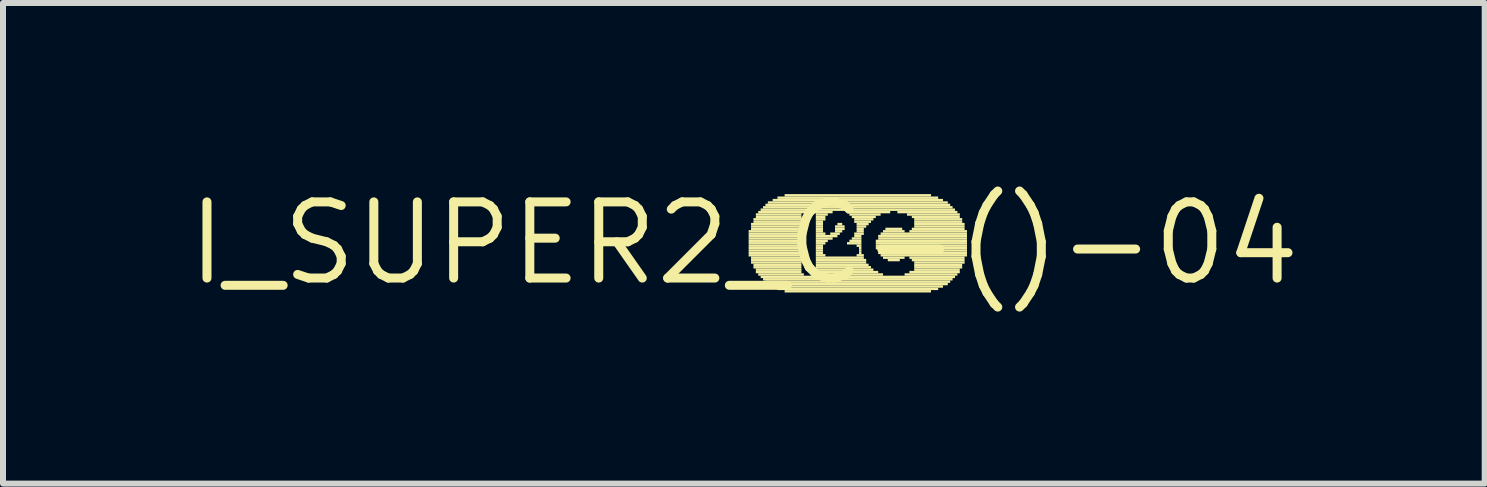
<source format=kicad_pcb>
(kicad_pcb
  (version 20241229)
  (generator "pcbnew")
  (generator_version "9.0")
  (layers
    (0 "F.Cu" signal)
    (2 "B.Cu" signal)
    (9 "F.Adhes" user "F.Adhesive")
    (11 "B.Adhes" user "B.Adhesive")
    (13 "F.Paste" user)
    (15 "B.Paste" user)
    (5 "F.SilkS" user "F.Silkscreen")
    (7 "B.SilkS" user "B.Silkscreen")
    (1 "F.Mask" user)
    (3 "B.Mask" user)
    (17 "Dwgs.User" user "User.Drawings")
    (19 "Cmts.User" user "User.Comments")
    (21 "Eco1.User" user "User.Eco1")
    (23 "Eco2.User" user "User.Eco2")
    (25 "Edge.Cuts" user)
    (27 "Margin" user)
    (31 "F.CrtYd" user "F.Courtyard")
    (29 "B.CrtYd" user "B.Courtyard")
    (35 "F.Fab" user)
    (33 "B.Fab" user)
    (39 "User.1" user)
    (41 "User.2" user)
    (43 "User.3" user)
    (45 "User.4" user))
  (footprint "I_SUPER2_C-()-04"
    (layer "F.Cu")
    (at 9.351 1.006)
    (property "Reference" "I_SUPER2_C-()-04" (at 0 0 0) (layer "F.SilkS") (effects (font (size 1.27 1.27) (thickness 0.15))))
    (fp_poly (pts (xy 0.08 -0.18) (xy 0.96 -0.18) (xy 0.96 -0.22) (xy 0.08 -0.22)) (stroke (width 0) (type default)) (fill yes) (layer "F.SilkS"))
    (fp_poly (pts (xy 0.08 -0.14) (xy 0.96 -0.14) (xy 0.96 -0.18) (xy 0.08 -0.18)) (stroke (width 0) (type default)) (fill yes) (layer "F.SilkS"))
    (fp_poly (pts (xy 0.08 -0.1) (xy 0.96 -0.1) (xy 0.96 -0.14) (xy 0.08 -0.14)) (stroke (width 0) (type default)) (fill yes) (layer "F.SilkS"))
    (fp_poly (pts (xy 0.08 -0.06) (xy 0.96 -0.06) (xy 0.96 -0.1) (xy 0.08 -0.1)) (stroke (width 0) (type default)) (fill yes) (layer "F.SilkS"))
    (fp_poly (pts (xy 0.08 -0.02) (xy 0.96 -0.02) (xy 0.96 -0.06) (xy 0.08 -0.06)) (stroke (width 0) (type default)) (fill yes) (layer "F.SilkS"))
    (fp_poly (pts (xy 0.08 0.02) (xy 0.96 0.02) (xy 0.96 -0.02) (xy 0.08 -0.02)) (stroke (width 0) (type default)) (fill yes) (layer "F.SilkS"))
    (fp_poly (pts (xy 0.08 0.06) (xy 0.96 0.06) (xy 0.96 0.02) (xy 0.08 0.02)) (stroke (width 0) (type default)) (fill yes) (layer "F.SilkS"))
    (fp_poly (pts (xy 0.08 0.1) (xy 0.96 0.1) (xy 0.96 0.06) (xy 0.08 0.06)) (stroke (width 0) (type default)) (fill yes) (layer "F.SilkS"))
    (fp_poly (pts (xy 0.08 0.14) (xy 0.96 0.14) (xy 0.96 0.1) (xy 0.08 0.1)) (stroke (width 0) (type default)) (fill yes) (layer "F.SilkS"))
    (fp_poly (pts (xy 0.08 0.18) (xy 0.96 0.18) (xy 0.96 0.14) (xy 0.08 0.14)) (stroke (width 0) (type default)) (fill yes) (layer "F.SilkS"))
    (fp_poly (pts (xy 0.08 0.22) (xy 0.96 0.22) (xy 0.96 0.18) (xy 0.08 0.18)) (stroke (width 0) (type default)) (fill yes) (layer "F.SilkS"))
    (fp_poly (pts (xy 0.12 -0.3) (xy 0.96 -0.3) (xy 0.96 -0.34) (xy 0.12 -0.34)) (stroke (width 0) (type default)) (fill yes) (layer "F.SilkS"))
    (fp_poly (pts (xy 0.12 -0.26) (xy 0.96 -0.26) (xy 0.96 -0.3) (xy 0.12 -0.3)) (stroke (width 0) (type default)) (fill yes) (layer "F.SilkS"))
    (fp_poly (pts (xy 0.12 -0.22) (xy 0.96 -0.22) (xy 0.96 -0.26) (xy 0.12 -0.26)) (stroke (width 0) (type default)) (fill yes) (layer "F.SilkS"))
    (fp_poly (pts (xy 0.12 0.26) (xy 0.96 0.26) (xy 0.96 0.22) (xy 0.12 0.22)) (stroke (width 0) (type default)) (fill yes) (layer "F.SilkS"))
    (fp_poly (pts (xy 0.12 0.3) (xy 0.96 0.3) (xy 0.96 0.26) (xy 0.12 0.26)) (stroke (width 0) (type default)) (fill yes) (layer "F.SilkS"))
    (fp_poly (pts (xy 0.12 0.34) (xy 0.96 0.34) (xy 0.96 0.3) (xy 0.12 0.3)) (stroke (width 0) (type default)) (fill yes) (layer "F.SilkS"))
    (fp_poly (pts (xy 0.16 -0.38) (xy 0.96 -0.38) (xy 0.96 -0.42) (xy 0.16 -0.42)) (stroke (width 0) (type default)) (fill yes) (layer "F.SilkS"))
    (fp_poly (pts (xy 0.16 -0.34) (xy 0.96 -0.34) (xy 0.96 -0.38) (xy 0.16 -0.38)) (stroke (width 0) (type default)) (fill yes) (layer "F.SilkS"))
    (fp_poly (pts (xy 0.16 0.38) (xy 0.96 0.38) (xy 0.96 0.34) (xy 0.16 0.34)) (stroke (width 0) (type default)) (fill yes) (layer "F.SilkS"))
    (fp_poly (pts (xy 0.16 0.42) (xy 0.96 0.42) (xy 0.96 0.38) (xy 0.16 0.38)) (stroke (width 0) (type default)) (fill yes) (layer "F.SilkS"))
    (fp_poly (pts (xy 0.2 -0.46) (xy 0.96 -0.46) (xy 0.96 -0.5) (xy 0.2 -0.5)) (stroke (width 0) (type default)) (fill yes) (layer "F.SilkS"))
    (fp_poly (pts (xy 0.2 -0.42) (xy 0.96 -0.42) (xy 0.96 -0.46) (xy 0.2 -0.46)) (stroke (width 0) (type default)) (fill yes) (layer "F.SilkS"))
    (fp_poly (pts (xy 0.2 0.46) (xy 0.96 0.46) (xy 0.96 0.42) (xy 0.2 0.42)) (stroke (width 0) (type default)) (fill yes) (layer "F.SilkS"))
    (fp_poly (pts (xy 0.2 0.5) (xy 0.96 0.5) (xy 0.96 0.46) (xy 0.2 0.46)) (stroke (width 0) (type default)) (fill yes) (layer "F.SilkS"))
    (fp_poly (pts (xy 0.24 -0.5) (xy 1.48 -0.5) (xy 1.48 -0.54) (xy 0.24 -0.54)) (stroke (width 0) (type default)) (fill yes) (layer "F.SilkS"))
    (fp_poly (pts (xy 0.24 0.54) (xy 1 0.54) (xy 1 0.5) (xy 0.24 0.5)) (stroke (width 0) (type default)) (fill yes) (layer "F.SilkS"))
    (fp_poly (pts (xy 0.28 -0.54) (xy 3.52 -0.54) (xy 3.52 -0.58) (xy 0.28 -0.58)) (stroke (width 0) (type default)) (fill yes) (layer "F.SilkS"))
    (fp_poly (pts (xy 0.28 0.58) (xy 3.52 0.58) (xy 3.52 0.54) (xy 0.28 0.54)) (stroke (width 0) (type default)) (fill yes) (layer "F.SilkS"))
    (fp_poly (pts (xy 0.32 -0.58) (xy 3.48 -0.58) (xy 3.48 -0.62) (xy 0.32 -0.62)) (stroke (width 0) (type default)) (fill yes) (layer "F.SilkS"))
    (fp_poly (pts (xy 0.32 0.62) (xy 3.48 0.62) (xy 3.48 0.58) (xy 0.32 0.58)) (stroke (width 0) (type default)) (fill yes) (layer "F.SilkS"))
    (fp_poly (pts (xy 0.36 -0.62) (xy 3.44 -0.62) (xy 3.44 -0.66) (xy 0.36 -0.66)) (stroke (width 0) (type default)) (fill yes) (layer "F.SilkS"))
    (fp_poly (pts (xy 0.36 0.66) (xy 3.44 0.66) (xy 3.44 0.62) (xy 0.36 0.62)) (stroke (width 0) (type default)) (fill yes) (layer "F.SilkS"))
    (fp_poly (pts (xy 0.4 -0.66) (xy 3.4 -0.66) (xy 3.4 -0.7) (xy 0.4 -0.7)) (stroke (width 0) (type default)) (fill yes) (layer "F.SilkS"))
    (fp_poly (pts (xy 0.4 0.7) (xy 3.4 0.7) (xy 3.4 0.66) (xy 0.4 0.66)) (stroke (width 0) (type default)) (fill yes) (layer "F.SilkS"))
    (fp_poly (pts (xy 0.48 -0.7) (xy 3.32 -0.7) (xy 3.32 -0.74) (xy 0.48 -0.74)) (stroke (width 0) (type default)) (fill yes) (layer "F.SilkS"))
    (fp_poly (pts (xy 0.48 0.74) (xy 3.32 0.74) (xy 3.32 0.7) (xy 0.48 0.7)) (stroke (width 0) (type default)) (fill yes) (layer "F.SilkS"))
    (fp_poly (pts (xy 0.56 -0.74) (xy 3.24 -0.74) (xy 3.24 -0.78) (xy 0.56 -0.78)) (stroke (width 0) (type default)) (fill yes) (layer "F.SilkS"))
    (fp_poly (pts (xy 0.56 0.78) (xy 3.24 0.78) (xy 3.24 0.74) (xy 0.56 0.74)) (stroke (width 0) (type default)) (fill yes) (layer "F.SilkS"))
    (fp_poly (pts (xy 0.68 -0.78) (xy 3.12 -0.78) (xy 3.12 -0.82) (xy 0.68 -0.82)) (stroke (width 0) (type default)) (fill yes) (layer "F.SilkS"))
    (fp_poly (pts (xy 0.68 0.82) (xy 3.12 0.82) (xy 3.12 0.78) (xy 0.68 0.78)) (stroke (width 0) (type default)) (fill yes) (layer "F.SilkS"))
    (fp_poly (pts (xy 1.16 0.54) (xy 2.32 0.54) (xy 2.32 0.5) (xy 1.16 0.5)) (stroke (width 0) (type default)) (fill yes) (layer "F.SilkS"))
    (fp_poly (pts (xy 1.2 -0.46) (xy 1.4 -0.46) (xy 1.4 -0.5) (xy 1.2 -0.5)) (stroke (width 0) (type default)) (fill yes) (layer "F.SilkS"))
    (fp_poly (pts (xy 1.2 -0.42) (xy 1.36 -0.42) (xy 1.36 -0.46) (xy 1.2 -0.46)) (stroke (width 0) (type default)) (fill yes) (layer "F.SilkS"))
    (fp_poly (pts (xy 1.2 -0.38) (xy 1.36 -0.38) (xy 1.36 -0.42) (xy 1.2 -0.42)) (stroke (width 0) (type default)) (fill yes) (layer "F.SilkS"))
    (fp_poly (pts (xy 1.2 -0.34) (xy 1.32 -0.34) (xy 1.32 -0.38) (xy 1.2 -0.38)) (stroke (width 0) (type default)) (fill yes) (layer "F.SilkS"))
    (fp_poly (pts (xy 1.2 -0.3) (xy 1.32 -0.3) (xy 1.32 -0.34) (xy 1.2 -0.34)) (stroke (width 0) (type default)) (fill yes) (layer "F.SilkS"))
    (fp_poly (pts (xy 1.2 -0.26) (xy 1.32 -0.26) (xy 1.32 -0.3) (xy 1.2 -0.3)) (stroke (width 0) (type default)) (fill yes) (layer "F.SilkS"))
    (fp_poly (pts (xy 1.2 -0.22) (xy 1.32 -0.22) (xy 1.32 -0.26) (xy 1.2 -0.26)) (stroke (width 0) (type default)) (fill yes) (layer "F.SilkS"))
    (fp_poly (pts (xy 1.2 -0.18) (xy 1.32 -0.18) (xy 1.32 -0.22) (xy 1.2 -0.22)) (stroke (width 0) (type default)) (fill yes) (layer "F.SilkS"))
    (fp_poly (pts (xy 1.2 -0.14) (xy 1.36 -0.14) (xy 1.36 -0.18) (xy 1.2 -0.18)) (stroke (width 0) (type default)) (fill yes) (layer "F.SilkS"))
    (fp_poly (pts (xy 1.2 -0.1) (xy 1.56 -0.1) (xy 1.56 -0.14) (xy 1.2 -0.14)) (stroke (width 0) (type default)) (fill yes) (layer "F.SilkS"))
    (fp_poly (pts (xy 1.2 -0.06) (xy 1.48 -0.06) (xy 1.48 -0.1) (xy 1.2 -0.1)) (stroke (width 0) (type default)) (fill yes) (layer "F.SilkS"))
    (fp_poly (pts (xy 1.2 -0.02) (xy 1.4 -0.02) (xy 1.4 -0.06) (xy 1.2 -0.06)) (stroke (width 0) (type default)) (fill yes) (layer "F.SilkS"))
    (fp_poly (pts (xy 1.2 0.02) (xy 1.36 0.02) (xy 1.36 -0.02) (xy 1.2 -0.02)) (stroke (width 0) (type default)) (fill yes) (layer "F.SilkS"))
    (fp_poly (pts (xy 1.2 0.06) (xy 1.32 0.06) (xy 1.32 0.02) (xy 1.2 0.02)) (stroke (width 0) (type default)) (fill yes) (layer "F.SilkS"))
    (fp_poly (pts (xy 1.2 0.1) (xy 1.32 0.1) (xy 1.32 0.06) (xy 1.2 0.06)) (stroke (width 0) (type default)) (fill yes) (layer "F.SilkS"))
    (fp_poly (pts (xy 1.2 0.14) (xy 1.32 0.14) (xy 1.32 0.1) (xy 1.2 0.1)) (stroke (width 0) (type default)) (fill yes) (layer "F.SilkS"))
    (fp_poly (pts (xy 1.2 0.18) (xy 1.32 0.18) (xy 1.32 0.14) (xy 1.2 0.14)) (stroke (width 0) (type default)) (fill yes) (layer "F.SilkS"))
    (fp_poly (pts (xy 1.2 0.22) (xy 1.36 0.22) (xy 1.36 0.18) (xy 1.2 0.18)) (stroke (width 0) (type default)) (fill yes) (layer "F.SilkS"))
    (fp_poly (pts (xy 1.2 0.26) (xy 2 0.26) (xy 2 0.22) (xy 1.2 0.22)) (stroke (width 0) (type default)) (fill yes) (layer "F.SilkS"))
    (fp_poly (pts (xy 1.2 0.3) (xy 2.04 0.3) (xy 2.04 0.26) (xy 1.2 0.26)) (stroke (width 0) (type default)) (fill yes) (layer "F.SilkS"))
    (fp_poly (pts (xy 1.2 0.34) (xy 2.04 0.34) (xy 2.04 0.3) (xy 1.2 0.3)) (stroke (width 0) (type default)) (fill yes) (layer "F.SilkS"))
    (fp_poly (pts (xy 1.2 0.38) (xy 2.08 0.38) (xy 2.08 0.34) (xy 1.2 0.34)) (stroke (width 0) (type default)) (fill yes) (layer "F.SilkS"))
    (fp_poly (pts (xy 1.2 0.42) (xy 2.12 0.42) (xy 2.12 0.38) (xy 1.2 0.38)) (stroke (width 0) (type default)) (fill yes) (layer "F.SilkS"))
    (fp_poly (pts (xy 1.2 0.46) (xy 2.16 0.46) (xy 2.16 0.42) (xy 1.2 0.42)) (stroke (width 0) (type default)) (fill yes) (layer "F.SilkS"))
    (fp_poly (pts (xy 1.2 0.5) (xy 2.24 0.5) (xy 2.24 0.46) (xy 1.2 0.46)) (stroke (width 0) (type default)) (fill yes) (layer "F.SilkS"))
    (fp_poly (pts (xy 1.44 -0.14) (xy 1.6 -0.14) (xy 1.6 -0.18) (xy 1.44 -0.18)) (stroke (width 0) (type default)) (fill yes) (layer "F.SilkS"))
    (fp_poly (pts (xy 1.52 -0.26) (xy 1.68 -0.26) (xy 1.68 -0.3) (xy 1.52 -0.3)) (stroke (width 0) (type default)) (fill yes) (layer "F.SilkS"))
    (fp_poly (pts (xy 1.52 -0.22) (xy 1.68 -0.22) (xy 1.68 -0.26) (xy 1.52 -0.26)) (stroke (width 0) (type default)) (fill yes) (layer "F.SilkS"))
    (fp_poly (pts (xy 1.52 -0.18) (xy 1.64 -0.18) (xy 1.64 -0.22) (xy 1.52 -0.22)) (stroke (width 0) (type default)) (fill yes) (layer "F.SilkS"))
    (fp_poly (pts (xy 1.56 -0.3) (xy 1.64 -0.3) (xy 1.64 -0.34) (xy 1.56 -0.34)) (stroke (width 0) (type default)) (fill yes) (layer "F.SilkS"))
    (fp_poly (pts (xy 1.72 -0.5) (xy 2.44 -0.5) (xy 2.44 -0.54) (xy 1.72 -0.54)) (stroke (width 0) (type default)) (fill yes) (layer "F.SilkS"))
    (fp_poly (pts (xy 1.72 0.02) (xy 1.96 0.02) (xy 1.96 -0.02) (xy 1.72 -0.02)) (stroke (width 0) (type default)) (fill yes) (layer "F.SilkS"))
    (fp_poly (pts (xy 1.76 -0.46) (xy 2.28 -0.46) (xy 2.28 -0.5) (xy 1.76 -0.5)) (stroke (width 0) (type default)) (fill yes) (layer "F.SilkS"))
    (fp_poly (pts (xy 1.76 -0.02) (xy 1.96 -0.02) (xy 1.96 -0.06) (xy 1.76 -0.06)) (stroke (width 0) (type default)) (fill yes) (layer "F.SilkS"))
    (fp_poly (pts (xy 1.8 -0.42) (xy 2.2 -0.42) (xy 2.2 -0.46) (xy 1.8 -0.46)) (stroke (width 0) (type default)) (fill yes) (layer "F.SilkS"))
    (fp_poly (pts (xy 1.8 -0.06) (xy 1.96 -0.06) (xy 1.96 -0.1) (xy 1.8 -0.1)) (stroke (width 0) (type default)) (fill yes) (layer "F.SilkS"))
    (fp_poly (pts (xy 1.84 -0.38) (xy 2.16 -0.38) (xy 2.16 -0.42) (xy 1.84 -0.42)) (stroke (width 0) (type default)) (fill yes) (layer "F.SilkS"))
    (fp_poly (pts (xy 1.84 -0.34) (xy 2.12 -0.34) (xy 2.12 -0.38) (xy 1.84 -0.38)) (stroke (width 0) (type default)) (fill yes) (layer "F.SilkS"))
    (fp_poly (pts (xy 1.84 -0.14) (xy 2 -0.14) (xy 2 -0.18) (xy 1.84 -0.18)) (stroke (width 0) (type default)) (fill yes) (layer "F.SilkS"))
    (fp_poly (pts (xy 1.84 -0.1) (xy 1.96 -0.1) (xy 1.96 -0.14) (xy 1.84 -0.14)) (stroke (width 0) (type default)) (fill yes) (layer "F.SilkS"))
    (fp_poly (pts (xy 1.88 -0.3) (xy 2.08 -0.3) (xy 2.08 -0.34) (xy 1.88 -0.34)) (stroke (width 0) (type default)) (fill yes) (layer "F.SilkS"))
    (fp_poly (pts (xy 1.88 -0.26) (xy 2.04 -0.26) (xy 2.04 -0.3) (xy 1.88 -0.3)) (stroke (width 0) (type default)) (fill yes) (layer "F.SilkS"))
    (fp_poly (pts (xy 1.88 -0.22) (xy 2 -0.22) (xy 2 -0.26) (xy 1.88 -0.26)) (stroke (width 0) (type default)) (fill yes) (layer "F.SilkS"))
    (fp_poly (pts (xy 1.88 -0.18) (xy 2 -0.18) (xy 2 -0.22) (xy 1.88 -0.22)) (stroke (width 0) (type default)) (fill yes) (layer "F.SilkS"))
    (fp_poly (pts (xy 1.88 0.06) (xy 1.96 0.06) (xy 1.96 0.02) (xy 1.88 0.02)) (stroke (width 0) (type default)) (fill yes) (layer "F.SilkS"))
    (fp_poly (pts (xy 1.88 0.22) (xy 2 0.22) (xy 2 0.18) (xy 1.88 0.18)) (stroke (width 0) (type default)) (fill yes) (layer "F.SilkS"))
    (fp_poly (pts (xy 1.92 0.1) (xy 1.96 0.1) (xy 1.96 0.06) (xy 1.92 0.06)) (stroke (width 0) (type default)) (fill yes) (layer "F.SilkS"))
    (fp_poly (pts (xy 1.92 0.14) (xy 1.96 0.14) (xy 1.96 0.1) (xy 1.92 0.1)) (stroke (width 0) (type default)) (fill yes) (layer "F.SilkS"))
    (fp_poly (pts (xy 1.92 0.18) (xy 1.96 0.18) (xy 1.96 0.14) (xy 1.92 0.14)) (stroke (width 0) (type default)) (fill yes) (layer "F.SilkS"))
    (fp_poly (pts (xy 2.2 -0.02) (xy 3.72 -0.02) (xy 3.72 -0.06) (xy 2.2 -0.06)) (stroke (width 0) (type default)) (fill yes) (layer "F.SilkS"))
    (fp_poly (pts (xy 2.2 0.02) (xy 3.72 0.02) (xy 3.72 -0.02) (xy 2.2 -0.02)) (stroke (width 0) (type default)) (fill yes) (layer "F.SilkS"))
    (fp_poly (pts (xy 2.2 0.06) (xy 3.72 0.06) (xy 3.72 0.02) (xy 2.2 0.02)) (stroke (width 0) (type default)) (fill yes) (layer "F.SilkS"))
    (fp_poly (pts (xy 2.2 0.1) (xy 3.72 0.1) (xy 3.72 0.06) (xy 2.2 0.06)) (stroke (width 0) (type default)) (fill yes) (layer "F.SilkS"))
    (fp_poly (pts (xy 2.24 -0.1) (xy 3.72 -0.1) (xy 3.72 -0.14) (xy 2.24 -0.14)) (stroke (width 0) (type default)) (fill yes) (layer "F.SilkS"))
    (fp_poly (pts (xy 2.24 -0.06) (xy 3.72 -0.06) (xy 3.72 -0.1) (xy 2.24 -0.1)) (stroke (width 0) (type default)) (fill yes) (layer "F.SilkS"))
    (fp_poly (pts (xy 2.24 0.14) (xy 3.72 0.14) (xy 3.72 0.1) (xy 2.24 0.1)) (stroke (width 0) (type default)) (fill yes) (layer "F.SilkS"))
    (fp_poly (pts (xy 2.24 0.18) (xy 3.72 0.18) (xy 3.72 0.14) (xy 2.24 0.14)) (stroke (width 0) (type default)) (fill yes) (layer "F.SilkS"))
    (fp_poly (pts (xy 2.28 -0.14) (xy 3.72 -0.14) (xy 3.72 -0.18) (xy 2.28 -0.18)) (stroke (width 0) (type default)) (fill yes) (layer "F.SilkS"))
    (fp_poly (pts (xy 2.28 0.22) (xy 3.72 0.22) (xy 3.72 0.18) (xy 2.28 0.18)) (stroke (width 0) (type default)) (fill yes) (layer "F.SilkS"))
    (fp_poly (pts (xy 2.32 -0.18) (xy 2.68 -0.18) (xy 2.68 -0.22) (xy 2.32 -0.22)) (stroke (width 0) (type default)) (fill yes) (layer "F.SilkS"))
    (fp_poly (pts (xy 2.32 0.26) (xy 2.68 0.26) (xy 2.68 0.22) (xy 2.32 0.22)) (stroke (width 0) (type default)) (fill yes) (layer "F.SilkS"))
    (fp_poly (pts (xy 2.36 -0.22) (xy 2.64 -0.22) (xy 2.64 -0.26) (xy 2.36 -0.26)) (stroke (width 0) (type default)) (fill yes) (layer "F.SilkS"))
    (fp_poly (pts (xy 2.4 0.3) (xy 2.6 0.3) (xy 2.6 0.26) (xy 2.4 0.26)) (stroke (width 0) (type default)) (fill yes) (layer "F.SilkS"))
    (fp_poly (pts (xy 2.56 -0.5) (xy 3.56 -0.5) (xy 3.56 -0.54) (xy 2.56 -0.54)) (stroke (width 0) (type default)) (fill yes) (layer "F.SilkS"))
    (fp_poly (pts (xy 2.68 0.54) (xy 3.56 0.54) (xy 3.56 0.5) (xy 2.68 0.5)) (stroke (width 0) (type default)) (fill yes) (layer "F.SilkS"))
    (fp_poly (pts (xy 2.72 -0.46) (xy 3.6 -0.46) (xy 3.6 -0.5) (xy 2.72 -0.5)) (stroke (width 0) (type default)) (fill yes) (layer "F.SilkS"))
    (fp_poly (pts (xy 2.76 -0.18) (xy 3.72 -0.18) (xy 3.72 -0.22) (xy 2.76 -0.22)) (stroke (width 0) (type default)) (fill yes) (layer "F.SilkS"))
    (fp_poly (pts (xy 2.76 0.26) (xy 3.68 0.26) (xy 3.68 0.22) (xy 2.76 0.22)) (stroke (width 0) (type default)) (fill yes) (layer "F.SilkS"))
    (fp_poly (pts (xy 2.76 0.5) (xy 3.6 0.5) (xy 3.6 0.46) (xy 2.76 0.46)) (stroke (width 0) (type default)) (fill yes) (layer "F.SilkS"))
    (fp_poly (pts (xy 2.8 -0.42) (xy 3.6 -0.42) (xy 3.6 -0.46) (xy 2.8 -0.46)) (stroke (width 0) (type default)) (fill yes) (layer "F.SilkS"))
    (fp_poly (pts (xy 2.8 -0.22) (xy 3.68 -0.22) (xy 3.68 -0.26) (xy 2.8 -0.26)) (stroke (width 0) (type default)) (fill yes) (layer "F.SilkS"))
    (fp_poly (pts (xy 2.8 0.3) (xy 3.68 0.3) (xy 3.68 0.26) (xy 2.8 0.26)) (stroke (width 0) (type default)) (fill yes) (layer "F.SilkS"))
    (fp_poly (pts (xy 2.84 -0.38) (xy 3.64 -0.38) (xy 3.64 -0.42) (xy 2.84 -0.42)) (stroke (width 0) (type default)) (fill yes) (layer "F.SilkS"))
    (fp_poly (pts (xy 2.84 -0.34) (xy 3.64 -0.34) (xy 3.64 -0.38) (xy 2.84 -0.38)) (stroke (width 0) (type default)) (fill yes) (layer "F.SilkS"))
    (fp_poly (pts (xy 2.84 -0.3) (xy 3.68 -0.3) (xy 3.68 -0.34) (xy 2.84 -0.34)) (stroke (width 0) (type default)) (fill yes) (layer "F.SilkS"))
    (fp_poly (pts (xy 2.84 -0.26) (xy 3.68 -0.26) (xy 3.68 -0.3) (xy 2.84 -0.3)) (stroke (width 0) (type default)) (fill yes) (layer "F.SilkS"))
    (fp_poly (pts (xy 2.84 0.34) (xy 3.68 0.34) (xy 3.68 0.3) (xy 2.84 0.3)) (stroke (width 0) (type default)) (fill yes) (layer "F.SilkS"))
    (fp_poly (pts (xy 2.84 0.38) (xy 3.64 0.38) (xy 3.64 0.34) (xy 2.84 0.34)) (stroke (width 0) (type default)) (fill yes) (layer "F.SilkS"))
    (fp_poly (pts (xy 2.84 0.42) (xy 3.64 0.42) (xy 3.64 0.38) (xy 2.84 0.38)) (stroke (width 0) (type default)) (fill yes) (layer "F.SilkS"))
    (fp_poly (pts (xy 2.84 0.46) (xy 3.6 0.46) (xy 3.6 0.42) (xy 2.84 0.42)) (stroke (width 0) (type default)) (fill yes) (layer "F.SilkS")))
  (gr_rect
    (start -3 -3)
    (end 21.702 5.012)
    (stroke (width 0.1) (type default))
    (fill no)
    (layer "Edge.Cuts")))
</source>
